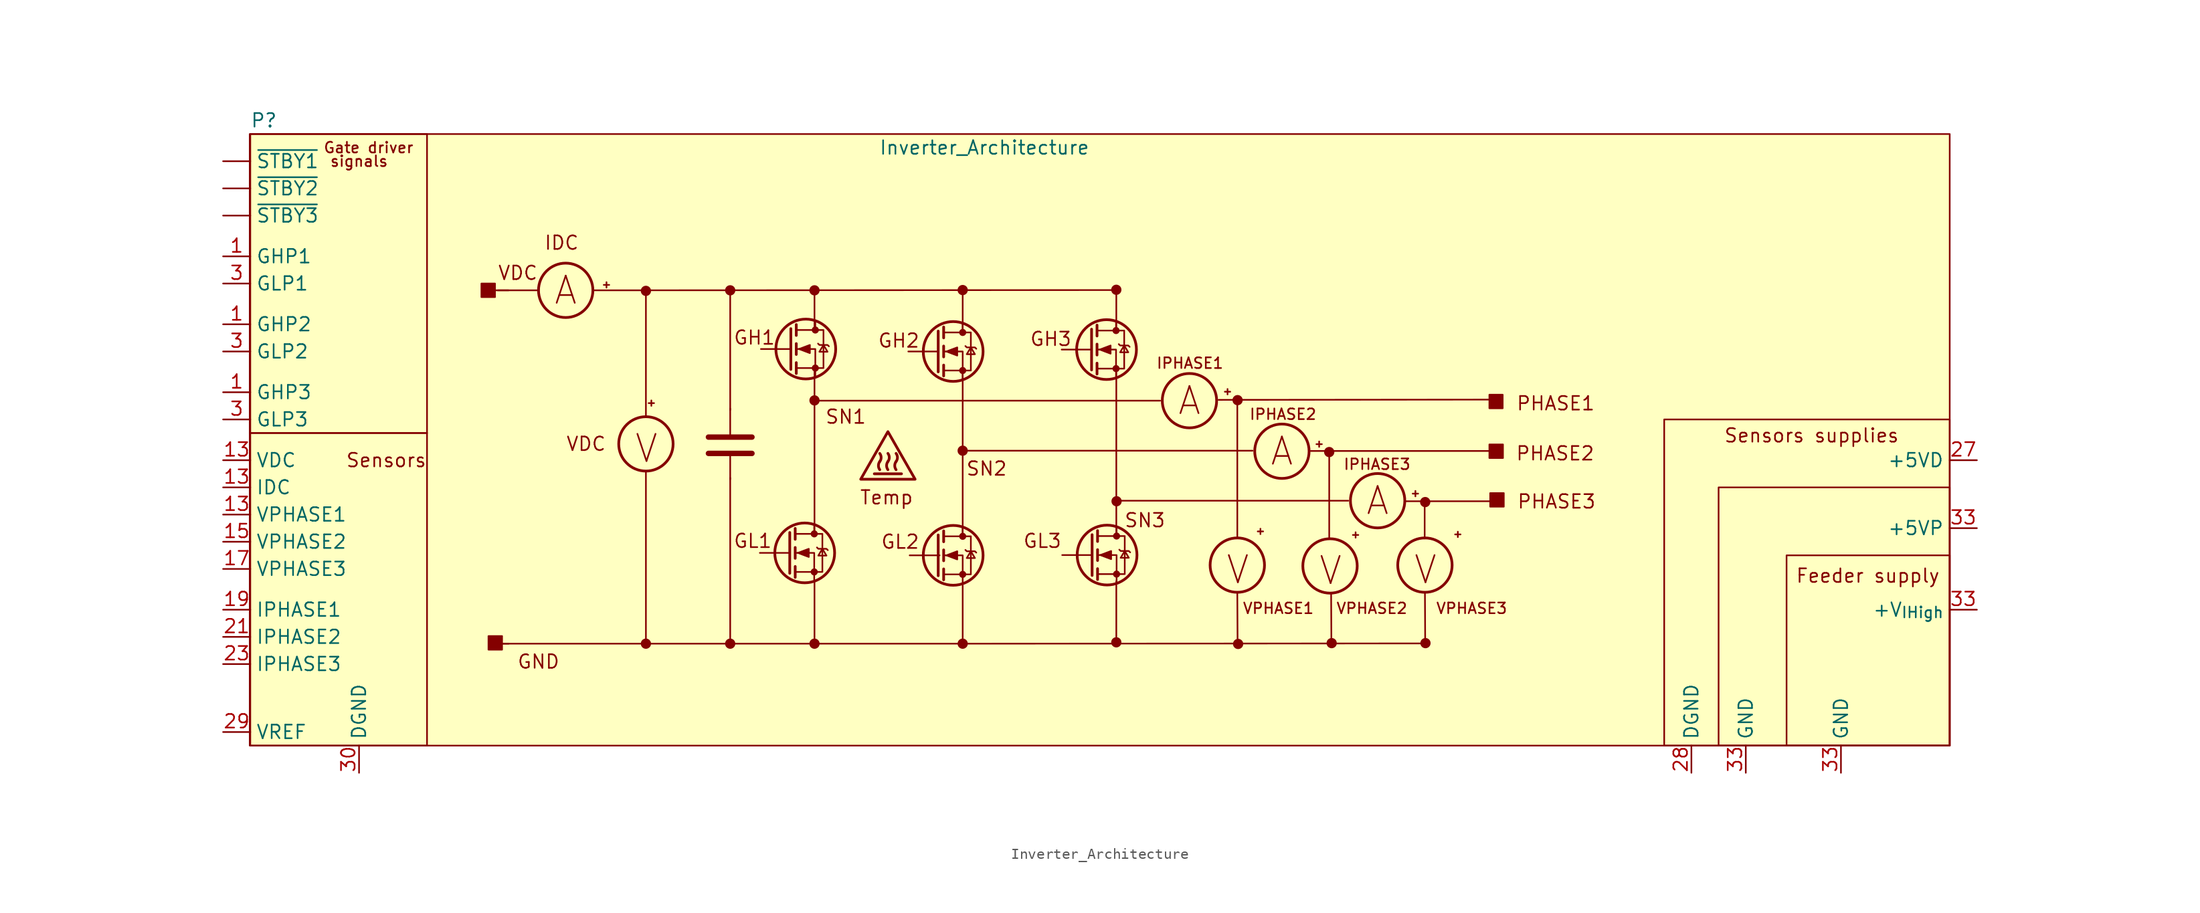
<source format=kicad_sym>
(kicad_symbol_lib
  (version 20220914)
  (generator kicad_symbol_editor)
  (symbol "Inverter_Architecture"
    (property "Reference" "P"
      (at 1.27 17.78 0)
      (effects (font (size 1.27 1.27))))
    (property "Value" "Inverter_Architecture"
      (at 68.58 15.24 0)
      (effects (font (size 1.27 1.27))))
    (symbol "Inverter_Architecture_0_0"
      (rectangle (start -0.051 -11.43) (end 16.51 -40.64) (stroke (width 0) (type default)) (fill (type none)))
      (rectangle (start -0.051 16.51) (end 16.51 -11.43) (stroke (width 0) (type default)) (fill (type none)))
      (polyline (pts (xy 24.13 -31.115) (xy 22.86 -31.115)) (stroke (width 0) (type default)) (fill (type none)))
      (polyline (pts (xy 24.13 1.905) (xy 22.86 1.905)) (stroke (width 0) (type default)) (fill (type none)))
      (rectangle (start 21.59 2.54) (end 22.86 1.27) (stroke (width 0) (type default)) (fill (type outline)))
      (rectangle (start 22.25 -30.404) (end 23.52 -31.674) (stroke (width 0) (type default)) (fill (type outline)))
      (rectangle (start 115.748 -12.497) (end 117.018 -13.767) (stroke (width 0) (type default)) (fill (type outline)))
      (rectangle (start 115.748 -7.849) (end 116.992 -9.119) (stroke (width 0) (type default)) (fill (type outline)))
      (rectangle (start 115.824 -17.043) (end 117.094 -18.313) (stroke (width 0) (type default)) (fill (type outline)))
      (rectangle (start 143.51 -22.86) (end 158.75 -40.64) (stroke (width 0) (type default)) (fill (type none)))
      (text "A" (at 29.464 1.905 0) (effects (font (size 2.54 2.54))))
      (text "A" (at 87.732 -8.407 0) (effects (font (size 2.54 2.54))))
      (text "A" (at 96.368 -13.132 0) (effects (font (size 2.54 2.54))))
      (text "A" (at 105.308 -17.755 0) (effects (font (size 2.54 2.54))))
      (text "Feeder supply" (at 151.105 -24.765 0) (effects (font (size 1.27 1.27))))
      (text "Gate driver " (at 11.43 15.24 0) (effects (font (size 1 1))))
      (text "GH1" (at 47.092 -2.515 0) (effects (font (size 1.27 1.27))))
      (text "GH2" (at 60.579 -2.794 0) (effects (font (size 1.27 1.27))))
      (text "GH3" (at 74.778 -2.642 0) (effects (font (size 1.27 1.27))))
      (text "GL1" (at 46.939 -21.514 0) (effects (font (size 1.27 1.27))))
      (text "GL2" (at 60.706 -21.59 0) (effects (font (size 1.27 1.27))))
      (text "GL3" (at 73.99 -21.514 0) (effects (font (size 1.27 1.27))))
      (text "GND" (at 26.924 -32.791 0) (effects (font (size 1.27 1.27))))
      (text "IDC" (at 29.083 6.35 0) (effects (font (size 1.27 1.27))))
      (text "IPHASE1\n" (at 87.782 -4.902 0) (effects (font (size 1 1))))
      (text "IPHASE2\n" (at 96.469 -9.677 0) (effects (font (size 1 1))))
      (text "IPHASE3" (at 105.258 -14.351 0) (effects (font (size 1 1))))
      (text "PHASE1" (at 121.945 -8.661 0) (effects (font (size 1.27 1.27))))
      (text "PHASE2" (at 121.895 -13.335 0) (effects (font (size 1.27 1.27))))
      (text "PHASE3" (at 122.022 -17.831 0) (effects (font (size 1.27 1.27))))
      (text "Sensors" (at 12.7 -13.97 0) (effects (font (size 1.27 1.27))))
      (text "Sensors supplies" (at 145.847 -11.659 0) (effects (font (size 1.27 1.27))))
      (text "signals" (at 10.16 13.97 0) (effects (font (size 1 1))))
      (text "SN1" (at 55.626 -9.906 0) (effects (font (size 1.27 1.27))))
      (text "SN2" (at 68.783 -14.757 0) (effects (font (size 1.27 1.27))))
      (text "SN3" (at 83.566 -19.583 0) (effects (font (size 1.27 1.27))))
      (text "Temp" (at 59.436 -17.45 0) (effects (font (size 1.27 1.27))))
      (text "V" (at 37.008 -12.878 0) (effects (font (size 2.54 2.54))))
      (text "V" (at 92.253 -24.206 0) (effects (font (size 2.54 2.54))))
      (text "V" (at 100.914 -24.282 0) (effects (font (size 2.54 2.54))))
      (text "V" (at 109.779 -24.206 0) (effects (font (size 2.54 2.54))))
      (text "VDC" (at 31.369 -12.446 0) (effects (font (size 1.27 1.27))))
      (text "VDC\n" (at 24.994 3.531 0) (effects (font (size 1.27 1.27))))
      (text "VPHASE1" (at 96.037 -27.813 0) (effects (font (size 1 1))))
      (text "VPHASE2" (at 104.775 -27.813 0) (effects (font (size 1 1))))
      (text "VPHASE3" (at 114.097 -27.813 0) (effects (font (size 1 1)))))
    (symbol "Inverter_Architecture_0_1"
      (polyline (pts (xy 26.924 1.905) (xy 23.114 1.905)) (stroke (width 0) (type default)) (fill (type none)))
      (polyline (pts (xy 32.004 1.905) (xy 80.95 1.93)) (stroke (width 0) (type default)) (fill (type none)))
      (polyline (pts (xy 33.274 2.159) (xy 33.274 2.667)) (stroke (width 0) (type default)) (fill (type none)))
      (polyline (pts (xy 33.528 2.413) (xy 33.02 2.413)) (stroke (width 0) (type default)) (fill (type none)))
      (polyline (pts (xy 36.957 -14.986) (xy 36.957 -31.115)) (stroke (width 0) (type default)) (fill (type none)))
      (polyline (pts (xy 36.957 -9.906) (xy 36.957 1.905)) (stroke (width 0) (type default)) (fill (type none)))
      (polyline (pts (xy 37.211 -8.636) (xy 37.719 -8.636)) (stroke (width 0) (type default)) (fill (type none)))
      (polyline (pts (xy 37.465 -8.382) (xy 37.465 -8.89)) (stroke (width 0) (type default)) (fill (type none)))
      (polyline (pts (xy 44.831 -15.748) (xy 44.831 -13.335)) (stroke (width 0) (type default)) (fill (type none)))
      (polyline (pts (xy 44.831 -15.621) (xy 44.831 -31.115)) (stroke (width 0) (type default)) (fill (type none)))
      (polyline (pts (xy 44.831 -11.557) (xy 44.831 -9.144)) (stroke (width 0) (type default)) (fill (type none)))
      (polyline (pts (xy 44.831 -9.271) (xy 44.831 1.905)) (stroke (width 0) (type default)) (fill (type none)))
      (polyline (pts (xy 46.863 -13.335) (xy 42.799 -13.335)) (stroke (width 0.508) (type default)) (fill (type none)))
      (polyline (pts (xy 46.863 -11.811) (xy 42.799 -11.811)) (stroke (width 0.508) (type default)) (fill (type none)))
      (polyline (pts (xy 50.394 -22.631) (xy 47.6 -22.631)) (stroke (width 0) (type default)) (fill (type none)))
      (polyline (pts (xy 50.394 -20.726) (xy 50.394 -24.536)) (stroke (width 0.254) (type default)) (fill (type none)))
      (polyline (pts (xy 50.495 -3.581) (xy 47.701 -3.581)) (stroke (width 0) (type default)) (fill (type none)))
      (polyline (pts (xy 50.495 -1.676) (xy 50.495 -5.486)) (stroke (width 0.254) (type default)) (fill (type none)))
      (polyline (pts (xy 50.902 -23.901) (xy 50.902 -24.917)) (stroke (width 0.254) (type default)) (fill (type none)))
      (polyline (pts (xy 50.902 -22.123) (xy 50.902 -23.139)) (stroke (width 0.254) (type default)) (fill (type none)))
      (polyline (pts (xy 50.902 -20.345) (xy 50.902 -21.361)) (stroke (width 0.254) (type default)) (fill (type none)))
      (polyline (pts (xy 51.003 -4.851) (xy 51.003 -5.867)) (stroke (width 0.254) (type default)) (fill (type none)))
      (polyline (pts (xy 51.003 -3.073) (xy 51.003 -4.089)) (stroke (width 0.254) (type default)) (fill (type none)))
      (polyline (pts (xy 51.003 -1.295) (xy 51.003 -2.311)) (stroke (width 0.254) (type default)) (fill (type none)))
      (polyline (pts (xy 52.68 -20.091) (xy 52.68 -20.853)) (stroke (width 0) (type default)) (fill (type none)))
      (polyline (pts (xy 52.705 -25.273) (xy 52.705 -31.115)) (stroke (width 0) (type default)) (fill (type none)))
      (polyline (pts (xy 52.705 -5.461) (xy 52.705 -20.828)) (stroke (width 0) (type default)) (fill (type none)))
      (polyline (pts (xy 52.705 -1.778) (xy 52.705 1.905)) (stroke (width 0) (type default)) (fill (type none)))
      (polyline (pts (xy 52.781 -1.041) (xy 52.781 -1.803)) (stroke (width 0) (type default)) (fill (type none)))
      (polyline (pts (xy 58.293 -15.24) (xy 60.833 -15.24)) (stroke (width 0.254) (type default)) (fill (type none)))
      (polyline (pts (xy 64.262 -20.955) (xy 64.262 -24.765)) (stroke (width 0.254) (type default)) (fill (type none)))
      (polyline (pts (xy 64.262 -3.81) (xy 61.468 -3.81)) (stroke (width 0) (type default)) (fill (type none)))
      (polyline (pts (xy 64.262 -1.905) (xy 64.262 -5.715)) (stroke (width 0.254) (type default)) (fill (type none)))
      (polyline (pts (xy 64.389 -22.86) (xy 61.595 -22.86)) (stroke (width 0) (type default)) (fill (type none)))
      (polyline (pts (xy 64.77 -24.13) (xy 64.77 -25.146)) (stroke (width 0.254) (type default)) (fill (type none)))
      (polyline (pts (xy 64.77 -22.352) (xy 64.77 -23.368)) (stroke (width 0.254) (type default)) (fill (type none)))
      (polyline (pts (xy 64.77 -20.574) (xy 64.77 -21.59)) (stroke (width 0.254) (type default)) (fill (type none)))
      (polyline (pts (xy 64.77 -5.08) (xy 64.77 -6.096)) (stroke (width 0.254) (type default)) (fill (type none)))
      (polyline (pts (xy 64.77 -3.302) (xy 64.77 -4.318)) (stroke (width 0.254) (type default)) (fill (type none)))
      (polyline (pts (xy 64.77 -1.524) (xy 64.77 -2.54)) (stroke (width 0.254) (type default)) (fill (type none)))
      (polyline (pts (xy 66.548 -31.115) (xy 23.241 -31.115)) (stroke (width 0) (type default)) (fill (type none)))
      (polyline (pts (xy 66.548 -25.4) (xy 66.548 -31.115)) (stroke (width 0) (type default)) (fill (type none)))
      (polyline (pts (xy 66.548 -20.32) (xy 66.548 -21.082)) (stroke (width 0) (type default)) (fill (type none)))
      (polyline (pts (xy 66.548 -5.588) (xy 66.548 -20.955)) (stroke (width 0) (type default)) (fill (type none)))
      (polyline (pts (xy 66.548 -1.905) (xy 66.548 1.905)) (stroke (width 0) (type default)) (fill (type none)))
      (polyline (pts (xy 66.548 -1.27) (xy 66.548 -2.032)) (stroke (width 0) (type default)) (fill (type none)))
      (polyline (pts (xy 78.588 -3.632) (xy 75.794 -3.632)) (stroke (width 0) (type default)) (fill (type none)))
      (polyline (pts (xy 78.588 -1.727) (xy 78.588 -5.537)) (stroke (width 0.254) (type default)) (fill (type none)))
      (polyline (pts (xy 78.638 -22.835) (xy 75.844 -22.835)) (stroke (width 0) (type default)) (fill (type none)))
      (polyline (pts (xy 78.638 -20.93) (xy 78.638 -24.74)) (stroke (width 0.254) (type default)) (fill (type none)))
      (polyline (pts (xy 79.096 -4.902) (xy 79.096 -5.918)) (stroke (width 0.254) (type default)) (fill (type none)))
      (polyline (pts (xy 79.096 -3.124) (xy 79.096 -4.14)) (stroke (width 0.254) (type default)) (fill (type none)))
      (polyline (pts (xy 79.096 -1.346) (xy 79.096 -2.362)) (stroke (width 0.254) (type default)) (fill (type none)))
      (polyline (pts (xy 79.146 -24.105) (xy 79.146 -25.121)) (stroke (width 0.254) (type default)) (fill (type none)))
      (polyline (pts (xy 79.146 -22.327) (xy 79.146 -23.343)) (stroke (width 0.254) (type default)) (fill (type none)))
      (polyline (pts (xy 79.146 -20.549) (xy 79.146 -21.565)) (stroke (width 0.254) (type default)) (fill (type none)))
      (polyline (pts (xy 80.874 -1.092) (xy 80.874 -1.854)) (stroke (width 0) (type default)) (fill (type none)))
      (polyline (pts (xy 80.899 -25.273) (xy 80.899 -30.988)) (stroke (width 0) (type default)) (fill (type none)))
      (polyline (pts (xy 80.899 -5.461) (xy 80.899 -20.828)) (stroke (width 0) (type default)) (fill (type none)))
      (polyline (pts (xy 80.899 -1.778) (xy 80.899 1.981)) (stroke (width 0) (type default)) (fill (type none)))
      (polyline (pts (xy 80.924 -20.295) (xy 80.924 -21.057)) (stroke (width 0) (type default)) (fill (type none)))
      (polyline (pts (xy 84.988 -8.407) (xy 52.984 -8.407)) (stroke (width 0) (type default)) (fill (type none)))
      (polyline (pts (xy 91.288 -7.823) (xy 91.288 -7.315)) (stroke (width 0) (type default)) (fill (type none)))
      (polyline (pts (xy 91.542 -7.569) (xy 91.034 -7.569)) (stroke (width 0) (type default)) (fill (type none)))
      (polyline (pts (xy 92.202 -26.416) (xy 92.227 -31.09)) (stroke (width 0) (type default)) (fill (type none)))
      (polyline (pts (xy 92.202 -8.357) (xy 92.202 -21.209)) (stroke (width 0) (type default)) (fill (type none)))
      (polyline (pts (xy 93.624 -13.081) (xy 66.853 -13.081)) (stroke (width 0) (type default)) (fill (type none)))
      (polyline (pts (xy 94.361 -20.879) (xy 94.361 -20.371)) (stroke (width 0) (type default)) (fill (type none)))
      (polyline (pts (xy 94.615 -20.625) (xy 94.107 -20.625)) (stroke (width 0) (type default)) (fill (type none)))
      (polyline (pts (xy 99.847 -12.725) (xy 99.847 -12.217)) (stroke (width 0) (type default)) (fill (type none)))
      (polyline (pts (xy 100.101 -12.471) (xy 99.593 -12.471)) (stroke (width 0) (type default)) (fill (type none)))
      (polyline (pts (xy 100.787 -13.132) (xy 100.787 -21.209)) (stroke (width 0) (type default)) (fill (type none)))
      (polyline (pts (xy 100.965 -26.391) (xy 100.99 -31.064)) (stroke (width 0) (type default)) (fill (type none)))
      (polyline (pts (xy 102.565 -17.755) (xy 81.051 -17.755)) (stroke (width 0) (type default)) (fill (type none)))
      (polyline (pts (xy 103.251 -21.209) (xy 103.251 -20.701)) (stroke (width 0) (type default)) (fill (type none)))
      (polyline (pts (xy 103.505 -20.955) (xy 102.997 -20.955)) (stroke (width 0) (type default)) (fill (type none)))
      (polyline (pts (xy 108.839 -17.348) (xy 108.839 -16.84)) (stroke (width 0) (type default)) (fill (type none)))
      (polyline (pts (xy 109.093 -17.094) (xy 108.585 -17.094)) (stroke (width 0) (type default)) (fill (type none)))
      (polyline (pts (xy 109.703 -17.831) (xy 109.703 -21.285)) (stroke (width 0) (type default)) (fill (type none)))
      (polyline (pts (xy 109.728 -26.34) (xy 109.753 -31.013)) (stroke (width 0) (type default)) (fill (type none)))
      (polyline (pts (xy 109.753 -31.09) (xy 66.548 -31.115)) (stroke (width 0) (type default)) (fill (type none)))
      (polyline (pts (xy 112.801 -21.158) (xy 112.801 -20.65)) (stroke (width 0) (type default)) (fill (type none)))
      (polyline (pts (xy 113.055 -20.904) (xy 112.547 -20.904)) (stroke (width 0) (type default)) (fill (type none)))
      (polyline (pts (xy 116.23 -13.106) (xy 99.06 -13.106)) (stroke (width 0) (type default)) (fill (type none)))
      (polyline (pts (xy 116.256 -17.805) (xy 107.95 -17.805)) (stroke (width 0) (type default)) (fill (type none)))
      (polyline (pts (xy 116.434 -8.306) (xy 90.449 -8.331)) (stroke (width 0) (type default)) (fill (type none)))
      (polyline (pts (xy 52.68 -25.171) (xy 52.68 -22.631) (xy 50.902 -22.631)) (stroke (width 0) (type default)) (fill (type none)))
      (polyline (pts (xy 52.781 -6.121) (xy 52.781 -3.581) (xy 51.003 -3.581)) (stroke (width 0) (type default)) (fill (type none)))
      (polyline (pts (xy 66.548 -25.4) (xy 66.548 -22.86) (xy 64.77 -22.86)) (stroke (width 0) (type default)) (fill (type none)))
      (polyline (pts (xy 66.548 -6.35) (xy 66.548 -3.81) (xy 64.77 -3.81)) (stroke (width 0) (type default)) (fill (type none)))
      (polyline (pts (xy 80.874 -6.172) (xy 80.874 -3.632) (xy 79.096 -3.632)) (stroke (width 0) (type default)) (fill (type none)))
      (polyline (pts (xy 80.924 -25.375) (xy 80.924 -22.835) (xy 79.146 -22.835)) (stroke (width 0) (type default)) (fill (type none)))
      (polyline (pts (xy 50.902 -24.409) (xy 53.442 -24.409) (xy 53.442 -20.853) (xy 50.902 -20.853)) (stroke (width 0) (type default)) (fill (type none)))
      (polyline (pts (xy 51.003 -5.359) (xy 53.543 -5.359) (xy 53.543 -1.803) (xy 51.003 -1.803)) (stroke (width 0) (type default)) (fill (type none)))
      (polyline (pts (xy 51.156 -22.631) (xy 52.172 -22.25) (xy 52.172 -23.012) (xy 51.156 -22.631)) (stroke (width 0) (type default)) (fill (type outline)))
      (polyline (pts (xy 51.257 -3.581) (xy 52.273 -3.2) (xy 52.273 -3.962) (xy 51.257 -3.581)) (stroke (width 0) (type default)) (fill (type outline)))
      (polyline (pts (xy 52.934 -22.123) (xy 53.061 -22.25) (xy 53.823 -22.25) (xy 53.95 -22.377)) (stroke (width 0) (type default)) (fill (type none)))
      (polyline (pts (xy 53.035 -3.073) (xy 53.162 -3.2) (xy 53.924 -3.2) (xy 54.051 -3.327)) (stroke (width 0) (type default)) (fill (type none)))
      (polyline (pts (xy 53.442 -22.25) (xy 53.061 -22.885) (xy 53.823 -22.885) (xy 53.442 -22.25)) (stroke (width 0) (type default)) (fill (type none)))
      (polyline (pts (xy 53.543 -3.2) (xy 53.162 -3.835) (xy 53.924 -3.835) (xy 53.543 -3.2)) (stroke (width 0) (type default)) (fill (type none)))
      (polyline (pts (xy 62.103 -15.748) (xy 57.023 -15.748) (xy 59.563 -11.303) (xy 62.103 -15.748)) (stroke (width 0.254) (type default)) (fill (type none)))
      (polyline (pts (xy 64.77 -24.638) (xy 67.31 -24.638) (xy 67.31 -21.082) (xy 64.77 -21.082)) (stroke (width 0) (type default)) (fill (type none)))
      (polyline (pts (xy 64.77 -5.588) (xy 67.31 -5.588) (xy 67.31 -2.032) (xy 64.77 -2.032)) (stroke (width 0) (type default)) (fill (type none)))
      (polyline (pts (xy 65.024 -22.86) (xy 66.04 -22.479) (xy 66.04 -23.241) (xy 65.024 -22.86)) (stroke (width 0) (type default)) (fill (type outline)))
      (polyline (pts (xy 65.024 -3.81) (xy 66.04 -3.429) (xy 66.04 -4.191) (xy 65.024 -3.81)) (stroke (width 0) (type default)) (fill (type outline)))
      (polyline (pts (xy 66.802 -22.352) (xy 66.929 -22.479) (xy 67.691 -22.479) (xy 67.818 -22.606)) (stroke (width 0) (type default)) (fill (type none)))
      (polyline (pts (xy 66.802 -3.302) (xy 66.929 -3.429) (xy 67.691 -3.429) (xy 67.818 -3.556)) (stroke (width 0) (type default)) (fill (type none)))
      (polyline (pts (xy 67.31 -22.479) (xy 66.929 -23.114) (xy 67.691 -23.114) (xy 67.31 -22.479)) (stroke (width 0) (type default)) (fill (type none)))
      (polyline (pts (xy 67.31 -3.429) (xy 66.929 -4.064) (xy 67.691 -4.064) (xy 67.31 -3.429)) (stroke (width 0) (type default)) (fill (type none)))
      (polyline (pts (xy 79.096 -5.41) (xy 81.636 -5.41) (xy 81.636 -1.854) (xy 79.096 -1.854)) (stroke (width 0) (type default)) (fill (type none)))
      (polyline (pts (xy 79.146 -24.613) (xy 81.686 -24.613) (xy 81.686 -21.057) (xy 79.146 -21.057)) (stroke (width 0) (type default)) (fill (type none)))
      (polyline (pts (xy 79.35 -3.632) (xy 80.366 -3.251) (xy 80.366 -4.013) (xy 79.35 -3.632)) (stroke (width 0) (type default)) (fill (type outline)))
      (polyline (pts (xy 79.4 -22.835) (xy 80.416 -22.454) (xy 80.416 -23.216) (xy 79.4 -22.835)) (stroke (width 0) (type default)) (fill (type outline)))
      (polyline (pts (xy 81.128 -3.124) (xy 81.255 -3.251) (xy 82.017 -3.251) (xy 82.144 -3.378)) (stroke (width 0) (type default)) (fill (type none)))
      (polyline (pts (xy 81.178 -22.327) (xy 81.305 -22.454) (xy 82.067 -22.454) (xy 82.194 -22.581)) (stroke (width 0) (type default)) (fill (type none)))
      (polyline (pts (xy 81.636 -3.251) (xy 81.255 -3.886) (xy 82.017 -3.886) (xy 81.636 -3.251)) (stroke (width 0) (type default)) (fill (type none)))
      (polyline (pts (xy 81.686 -22.454) (xy 81.305 -23.089) (xy 82.067 -23.089) (xy 81.686 -22.454)) (stroke (width 0) (type default)) (fill (type none)))
      (rectangle (start 0 16.51) (end 158.75 -40.64) (stroke (width 0) (type default)) (fill (type background)))
      (circle (center 29.464 1.905) (radius 2.54) (stroke (width 0.254) (type default)) (fill (type none)))
      (circle (center 36.957 -31.115) (radius 0.402) (stroke (width 0) (type default)) (fill (type outline)))
      (circle (center 36.957 -12.446) (radius 2.54) (stroke (width 0.254) (type default)) (fill (type none)))
      (circle (center 36.957 1.854) (radius 0.402) (stroke (width 0) (type default)) (fill (type outline)))
      (circle (center 44.831 -31.115) (radius 0.402) (stroke (width 0) (type default)) (fill (type outline)))
      (circle (center 44.831 1.905) (radius 0.402) (stroke (width 0) (type default)) (fill (type outline)))
      (circle (center 51.791 -22.631) (radius 2.794) (stroke (width 0.254) (type default)) (fill (type none)))
      (circle (center 51.892 -3.581) (radius 2.794) (stroke (width 0.254) (type default)) (fill (type none)))
      (circle (center 52.68 -24.409) (radius 0.254) (stroke (width 0) (type default)) (fill (type outline)))
      (circle (center 52.68 -20.853) (radius 0.254) (stroke (width 0) (type default)) (fill (type outline)))
      (circle (center 52.705 -31.115) (radius 0.402) (stroke (width 0) (type default)) (fill (type outline)))
      (circle (center 52.705 -8.382) (radius 0.402) (stroke (width 0) (type default)) (fill (type outline)))
      (circle (center 52.705 1.905) (radius 0.402) (stroke (width 0) (type default)) (fill (type outline)))
      (circle (center 52.781 -5.359) (radius 0.254) (stroke (width 0) (type default)) (fill (type outline)))
      (circle (center 52.781 -1.803) (radius 0.254) (stroke (width 0) (type default)) (fill (type outline)))
      (arc (start 58.801 -14.097) (mid 58.6776 -14.4774) (end 58.801 -14.859) (stroke (width 0.254) (type default)) (fill (type none)))
      (arc (start 58.801 -14.097) (mid 58.9276 -13.7158) (end 58.801 -13.335) (stroke (width 0.254) (type default)) (fill (type none)))
      (arc (start 59.563 -14.097) (mid 59.4392 -14.4774) (end 59.563 -14.859) (stroke (width 0.254) (type default)) (fill (type none)))
      (arc (start 59.563 -14.097) (mid 59.6892 -13.7158) (end 59.563 -13.335) (stroke (width 0.254) (type default)) (fill (type none)))
      (arc (start 60.325 -14.097) (mid 60.2008 -14.4774) (end 60.325 -14.859) (stroke (width 0.254) (type default)) (fill (type none)))
      (arc (start 60.325 -14.097) (mid 60.4508 -13.7158) (end 60.325 -13.335) (stroke (width 0.254) (type default)) (fill (type none)))
      (circle (center 65.659 -22.86) (radius 2.794) (stroke (width 0.254) (type default)) (fill (type none)))
      (circle (center 65.659 -3.81) (radius 2.794) (stroke (width 0.254) (type default)) (fill (type none)))
      (circle (center 66.548 -31.115) (radius 0.402) (stroke (width 0) (type default)) (fill (type outline)))
      (circle (center 66.548 -24.638) (radius 0.254) (stroke (width 0) (type default)) (fill (type outline)))
      (circle (center 66.548 -21.082) (radius 0.254) (stroke (width 0) (type default)) (fill (type outline)))
      (circle (center 66.548 -13.081) (radius 0.402) (stroke (width 0) (type default)) (fill (type outline)))
      (circle (center 66.548 -5.588) (radius 0.254) (stroke (width 0) (type default)) (fill (type outline)))
      (circle (center 66.548 -2.032) (radius 0.254) (stroke (width 0) (type default)) (fill (type outline)))
      (circle (center 66.548 1.93) (radius 0.402) (stroke (width 0) (type default)) (fill (type outline)))
      (circle (center 79.985 -3.632) (radius 2.794) (stroke (width 0.254) (type default)) (fill (type none)))
      (circle (center 80.035 -22.835) (radius 2.794) (stroke (width 0.254) (type default)) (fill (type none)))
      (circle (center 80.874 -5.41) (radius 0.254) (stroke (width 0) (type default)) (fill (type outline)))
      (circle (center 80.874 -1.854) (radius 0.254) (stroke (width 0) (type default)) (fill (type outline)))
      (circle (center 80.899 -30.988) (radius 0.402) (stroke (width 0) (type default)) (fill (type outline)))
      (circle (center 80.899 1.956) (radius 0.402) (stroke (width 0) (type default)) (fill (type outline)))
      (circle (center 80.924 -24.613) (radius 0.254) (stroke (width 0) (type default)) (fill (type outline)))
      (circle (center 80.924 -21.057) (radius 0.254) (stroke (width 0) (type default)) (fill (type outline)))
      (circle (center 80.924 -17.805) (radius 0.402) (stroke (width 0) (type default)) (fill (type outline)))
      (circle (center 87.732 -8.407) (radius 2.54) (stroke (width 0.254) (type default)) (fill (type none)))
      (circle (center 92.202 -23.774) (radius 2.54) (stroke (width 0.254) (type default)) (fill (type none)))
      (circle (center 92.227 -8.357) (radius 0.402) (stroke (width 0) (type default)) (fill (type outline)))
      (circle (center 92.278 -31.14) (radius 0.402) (stroke (width 0) (type default)) (fill (type outline)))
      (circle (center 96.368 -13.132) (radius 2.54) (stroke (width 0.254) (type default)) (fill (type none)))
      (circle (center 100.787 -13.208) (radius 0.402) (stroke (width 0) (type default)) (fill (type outline)))
      (circle (center 100.863 -23.851) (radius 2.54) (stroke (width 0.254) (type default)) (fill (type none)))
      (circle (center 101.016 -31.064) (radius 0.402) (stroke (width 0) (type default)) (fill (type outline)))
      (circle (center 105.308 -17.755) (radius 2.54) (stroke (width 0.254) (type default)) (fill (type none)))
      (circle (center 109.728 -23.774) (radius 2.54) (stroke (width 0.254) (type default)) (fill (type none)))
      (circle (center 109.753 -17.882) (radius 0.402) (stroke (width 0) (type default)) (fill (type outline)))
      (circle (center 109.779 -31.064) (radius 0.402) (stroke (width 0) (type default)) (fill (type outline)))
      (rectangle (start 137.16 -40.64) (end 158.75 -16.51) (stroke (width 0) (type default)) (fill (type none)))
      (rectangle (start 158.75 -40.64) (end 132.08 -10.16) (stroke (width 0) (type default)) (fill (type none))))
    (symbol "Inverter_Architecture_1_1"
      (pin output line (at -2.54 13.97 0) (length 2.54) (name "~{STBY1}" (effects (font (size 1.27 1.27)))) (number "" (effects (font (size 1.27 1.27)))))
      (pin output line (at -2.54 11.43 0) (length 2.54) (name "~{STBY2}" (effects (font (size 1.27 1.27)))) (number "" (effects (font (size 1.27 1.27)))))
      (pin output line (at -2.54 8.89 0) (length 2.54) (name "~{STBY3}" (effects (font (size 1.27 1.27)))) (number "" (effects (font (size 1.27 1.27)))))
      (pin output line (at -2.54 5.08 0) (length 2.54) (name "GHP1" (effects (font (size 1.27 1.27)))) (number "1" (effects (font (size 1.27 1.27)))))
      (pin output line (at -2.54 -1.27 0) (length 2.54) (name "GHP2" (effects (font (size 1.27 1.27)))) (number "1" (effects (font (size 1.27 1.27)))))
      (pin output line (at -2.54 -7.62 0) (length 2.54) (name "GHP3" (effects (font (size 1.27 1.27)))) (number "1" (effects (font (size 1.27 1.27)))))
      (pin input line (at -2.54 -16.51 0) (length 2.54) (name "IDC" (effects (font (size 1.27 1.27)))) (number "13" (effects (font (size 1.27 1.27)))))
      (pin input line (at -2.54 -13.97 0) (length 2.54) (name "VDC" (effects (font (size 1.27 1.27)))) (number "13" (effects (font (size 1.27 1.27)))))
      (pin input line (at -2.54 -19.05 0) (length 2.54) (name "VPHASE1" (effects (font (size 1.27 1.27)))) (number "13" (effects (font (size 1.27 1.27)))))
      (pin input line (at -2.54 -21.59 0) (length 2.54) (name "VPHASE2" (effects (font (size 1.27 1.27)))) (number "15" (effects (font (size 1.27 1.27)))))
      (pin input line (at -2.54 -24.13 0) (length 2.54) (name "VPHASE3" (effects (font (size 1.27 1.27)))) (number "17" (effects (font (size 1.27 1.27)))))
      (pin input line (at -2.54 -27.94 0) (length 2.54) (name "IPHASE1" (effects (font (size 1.27 1.27)))) (number "19" (effects (font (size 1.27 1.27)))))
      (pin input line (at -2.54 -30.48 0) (length 2.54) (name "IPHASE2" (effects (font (size 1.27 1.27)))) (number "21" (effects (font (size 1.27 1.27)))))
      (pin input line (at -2.54 -33.02 0) (length 2.54) (name "IPHASE3" (effects (font (size 1.27 1.27)))) (number "23" (effects (font (size 1.27 1.27)))))
      (pin power_in line (at 161.29 -13.97 180) (length 2.54) (name "+5VD" (effects (font (size 1.27 1.27)))) (number "27" (effects (font (size 1.27 1.27)))))
      (pin power_in line (at 134.62 -43.18 90) (length 2.54) (name "DGND" (effects (font (size 1.27 1.27)))) (number "28" (effects (font (size 1.27 1.27)))))
      (pin output line (at -2.54 -39.37 0) (length 2.54) (name "VREF" (effects (font (size 1.27 1.27)))) (number "29" (effects (font (size 1.27 1.27)))))
      (pin output line (at -2.54 2.54 0) (length 2.54) (name "GLP1" (effects (font (size 1.27 1.27)))) (number "3" (effects (font (size 1.27 1.27)))))
      (pin output line (at -2.54 -3.81 0) (length 2.54) (name "GLP2" (effects (font (size 1.27 1.27)))) (number "3" (effects (font (size 1.27 1.27)))))
      (pin output line (at -2.54 -10.16 0) (length 2.54) (name "GLP3" (effects (font (size 1.27 1.27)))) (number "3" (effects (font (size 1.27 1.27)))))
      (pin power_in line (at 10.16 -43.18 90) (length 2.54) (name "DGND" (effects (font (size 1.27 1.27)))) (number "30" (effects (font (size 1.27 1.27)))))
      (pin power_in line (at 161.29 -20.32 180) (length 2.54) (name "+5VP" (effects (font (size 1.27 1.27)))) (number "33" (effects (font (size 1.27 1.27)))))
      (pin power_out line (at 161.29 -27.94 180) (length 2.54) (name "+V_{IHigh}" (effects (font (size 1.27 1.27)))) (number "33" (effects (font (size 1.27 1.27)))))
      (pin power_in line (at 139.7 -43.18 90) (length 2.54) (name "GND" (effects (font (size 1.27 1.27)))) (number "33" (effects (font (size 1.27 1.27)))))
      (pin power_out line (at 148.59 -43.18 90) (length 2.54) (name "GND" (effects (font (size 1.27 1.27)))) (number "33" (effects (font (size 1.27 1.27))))))))
</source>
